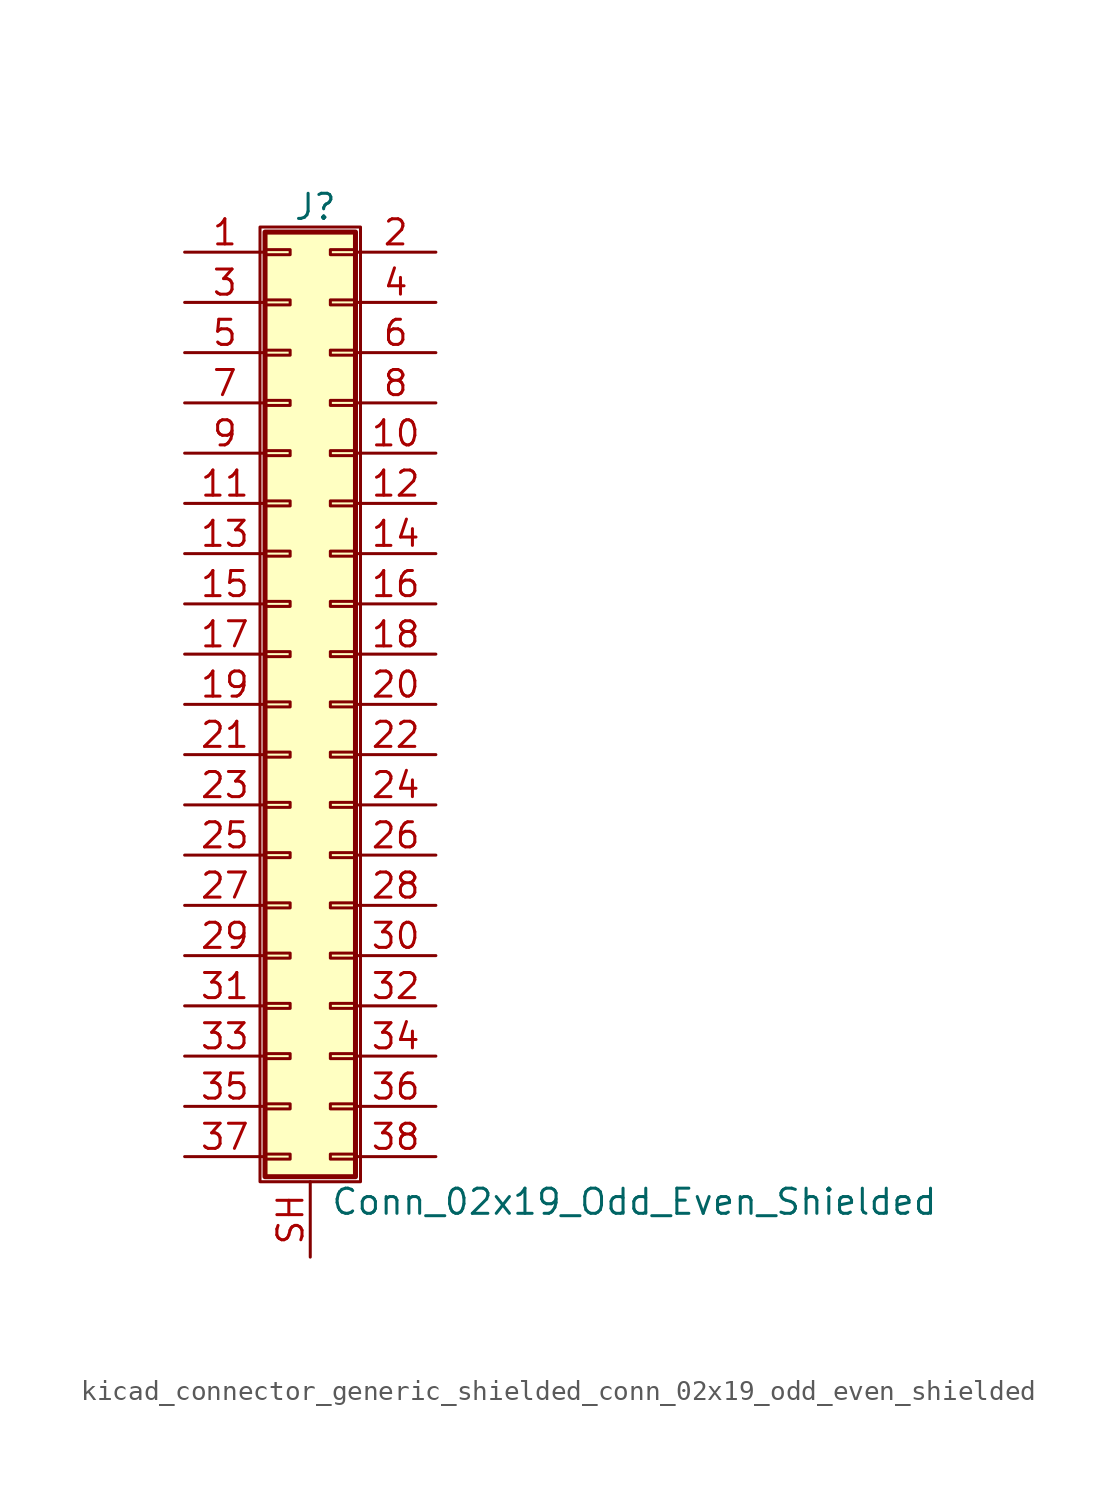
<source format=kicad_sym>
(kicad_symbol_lib
  (version 20220914)
  (generator kicad_symbol_editor)
  (symbol "kicad_connector_generic_shielded_conn_02x19_odd_even_shielded"
    (pin_names
      (offset 1.016) hide)
    (property "Reference" "J"
      (at 1.524 25.146 0)
      (effects (font (size 1.27 1.27))))
    (property "Value" "Conn_02x19_Odd_Even_Shielded"
      (at 2.286 -25.146 0)
      (effects (font (size 1.27 1.27)) (justify left)))
    (symbol "kicad_connector_generic_shielded_conn_02x19_odd_even_shielded_1_1"
      (rectangle (start -1.27 24.13) (end 3.81 -24.13) (stroke (width 0.152) (type default)) (fill (type none)))
      (rectangle (start -1.016 -22.733) (end 0.254 -22.987) (stroke (width 0.152) (type default)) (fill (type none)))
      (rectangle (start -1.016 -20.193) (end 0.254 -20.447) (stroke (width 0.152) (type default)) (fill (type none)))
      (rectangle (start -1.016 -17.653) (end 0.254 -17.907) (stroke (width 0.152) (type default)) (fill (type none)))
      (rectangle (start -1.016 -15.113) (end 0.254 -15.367) (stroke (width 0.152) (type default)) (fill (type none)))
      (rectangle (start -1.016 -12.573) (end 0.254 -12.827) (stroke (width 0.152) (type default)) (fill (type none)))
      (rectangle (start -1.016 -10.033) (end 0.254 -10.287) (stroke (width 0.152) (type default)) (fill (type none)))
      (rectangle (start -1.016 -7.493) (end 0.254 -7.747) (stroke (width 0.152) (type default)) (fill (type none)))
      (rectangle (start -1.016 -4.953) (end 0.254 -5.207) (stroke (width 0.152) (type default)) (fill (type none)))
      (rectangle (start -1.016 -2.413) (end 0.254 -2.667) (stroke (width 0.152) (type default)) (fill (type none)))
      (rectangle (start -1.016 0.127) (end 0.254 -0.127) (stroke (width 0.152) (type default)) (fill (type none)))
      (rectangle (start -1.016 2.667) (end 0.254 2.413) (stroke (width 0.152) (type default)) (fill (type none)))
      (rectangle (start -1.016 5.207) (end 0.254 4.953) (stroke (width 0.152) (type default)) (fill (type none)))
      (rectangle (start -1.016 7.747) (end 0.254 7.493) (stroke (width 0.152) (type default)) (fill (type none)))
      (rectangle (start -1.016 10.287) (end 0.254 10.033) (stroke (width 0.152) (type default)) (fill (type none)))
      (rectangle (start -1.016 12.827) (end 0.254 12.573) (stroke (width 0.152) (type default)) (fill (type none)))
      (rectangle (start -1.016 15.367) (end 0.254 15.113) (stroke (width 0.152) (type default)) (fill (type none)))
      (rectangle (start -1.016 17.907) (end 0.254 17.653) (stroke (width 0.152) (type default)) (fill (type none)))
      (rectangle (start -1.016 20.447) (end 0.254 20.193) (stroke (width 0.152) (type default)) (fill (type none)))
      (rectangle (start -1.016 22.987) (end 0.254 22.733) (stroke (width 0.152) (type default)) (fill (type none)))
      (rectangle (start -1.016 23.876) (end 3.556 -23.876) (stroke (width 0.254) (type default)) (fill (type background)))
      (rectangle (start 3.556 -22.733) (end 2.286 -22.987) (stroke (width 0.152) (type default)) (fill (type none)))
      (rectangle (start 3.556 -20.193) (end 2.286 -20.447) (stroke (width 0.152) (type default)) (fill (type none)))
      (rectangle (start 3.556 -17.653) (end 2.286 -17.907) (stroke (width 0.152) (type default)) (fill (type none)))
      (rectangle (start 3.556 -15.113) (end 2.286 -15.367) (stroke (width 0.152) (type default)) (fill (type none)))
      (rectangle (start 3.556 -12.573) (end 2.286 -12.827) (stroke (width 0.152) (type default)) (fill (type none)))
      (rectangle (start 3.556 -10.033) (end 2.286 -10.287) (stroke (width 0.152) (type default)) (fill (type none)))
      (rectangle (start 3.556 -7.493) (end 2.286 -7.747) (stroke (width 0.152) (type default)) (fill (type none)))
      (rectangle (start 3.556 -4.953) (end 2.286 -5.207) (stroke (width 0.152) (type default)) (fill (type none)))
      (rectangle (start 3.556 -2.413) (end 2.286 -2.667) (stroke (width 0.152) (type default)) (fill (type none)))
      (rectangle (start 3.556 0.127) (end 2.286 -0.127) (stroke (width 0.152) (type default)) (fill (type none)))
      (rectangle (start 3.556 2.667) (end 2.286 2.413) (stroke (width 0.152) (type default)) (fill (type none)))
      (rectangle (start 3.556 5.207) (end 2.286 4.953) (stroke (width 0.152) (type default)) (fill (type none)))
      (rectangle (start 3.556 7.747) (end 2.286 7.493) (stroke (width 0.152) (type default)) (fill (type none)))
      (rectangle (start 3.556 10.287) (end 2.286 10.033) (stroke (width 0.152) (type default)) (fill (type none)))
      (rectangle (start 3.556 12.827) (end 2.286 12.573) (stroke (width 0.152) (type default)) (fill (type none)))
      (rectangle (start 3.556 15.367) (end 2.286 15.113) (stroke (width 0.152) (type default)) (fill (type none)))
      (rectangle (start 3.556 17.907) (end 2.286 17.653) (stroke (width 0.152) (type default)) (fill (type none)))
      (rectangle (start 3.556 20.447) (end 2.286 20.193) (stroke (width 0.152) (type default)) (fill (type none)))
      (rectangle (start 3.556 22.987) (end 2.286 22.733) (stroke (width 0.152) (type default)) (fill (type none)))
      (pin passive line (at -5.08 22.86 0) (length 4.064) (name "Pin_1" (effects (font (size 1.27 1.27)))) (number "1" (effects (font (size 1.27 1.27)))))
      (pin passive line (at 7.62 12.7 180) (length 4.064) (name "Pin_10" (effects (font (size 1.27 1.27)))) (number "10" (effects (font (size 1.27 1.27)))))
      (pin passive line (at -5.08 10.16 0) (length 4.064) (name "Pin_11" (effects (font (size 1.27 1.27)))) (number "11" (effects (font (size 1.27 1.27)))))
      (pin passive line (at 7.62 10.16 180) (length 4.064) (name "Pin_12" (effects (font (size 1.27 1.27)))) (number "12" (effects (font (size 1.27 1.27)))))
      (pin passive line (at -5.08 7.62 0) (length 4.064) (name "Pin_13" (effects (font (size 1.27 1.27)))) (number "13" (effects (font (size 1.27 1.27)))))
      (pin passive line (at 7.62 7.62 180) (length 4.064) (name "Pin_14" (effects (font (size 1.27 1.27)))) (number "14" (effects (font (size 1.27 1.27)))))
      (pin passive line (at -5.08 5.08 0) (length 4.064) (name "Pin_15" (effects (font (size 1.27 1.27)))) (number "15" (effects (font (size 1.27 1.27)))))
      (pin passive line (at 7.62 5.08 180) (length 4.064) (name "Pin_16" (effects (font (size 1.27 1.27)))) (number "16" (effects (font (size 1.27 1.27)))))
      (pin passive line (at -5.08 2.54 0) (length 4.064) (name "Pin_17" (effects (font (size 1.27 1.27)))) (number "17" (effects (font (size 1.27 1.27)))))
      (pin passive line (at 7.62 2.54 180) (length 4.064) (name "Pin_18" (effects (font (size 1.27 1.27)))) (number "18" (effects (font (size 1.27 1.27)))))
      (pin passive line (at -5.08 0 0) (length 4.064) (name "Pin_19" (effects (font (size 1.27 1.27)))) (number "19" (effects (font (size 1.27 1.27)))))
      (pin passive line (at 7.62 22.86 180) (length 4.064) (name "Pin_2" (effects (font (size 1.27 1.27)))) (number "2" (effects (font (size 1.27 1.27)))))
      (pin passive line (at 7.62 0 180) (length 4.064) (name "Pin_20" (effects (font (size 1.27 1.27)))) (number "20" (effects (font (size 1.27 1.27)))))
      (pin passive line (at -5.08 -2.54 0) (length 4.064) (name "Pin_21" (effects (font (size 1.27 1.27)))) (number "21" (effects (font (size 1.27 1.27)))))
      (pin passive line (at 7.62 -2.54 180) (length 4.064) (name "Pin_22" (effects (font (size 1.27 1.27)))) (number "22" (effects (font (size 1.27 1.27)))))
      (pin passive line (at -5.08 -5.08 0) (length 4.064) (name "Pin_23" (effects (font (size 1.27 1.27)))) (number "23" (effects (font (size 1.27 1.27)))))
      (pin passive line (at 7.62 -5.08 180) (length 4.064) (name "Pin_24" (effects (font (size 1.27 1.27)))) (number "24" (effects (font (size 1.27 1.27)))))
      (pin passive line (at -5.08 -7.62 0) (length 4.064) (name "Pin_25" (effects (font (size 1.27 1.27)))) (number "25" (effects (font (size 1.27 1.27)))))
      (pin passive line (at 7.62 -7.62 180) (length 4.064) (name "Pin_26" (effects (font (size 1.27 1.27)))) (number "26" (effects (font (size 1.27 1.27)))))
      (pin passive line (at -5.08 -10.16 0) (length 4.064) (name "Pin_27" (effects (font (size 1.27 1.27)))) (number "27" (effects (font (size 1.27 1.27)))))
      (pin passive line (at 7.62 -10.16 180) (length 4.064) (name "Pin_28" (effects (font (size 1.27 1.27)))) (number "28" (effects (font (size 1.27 1.27)))))
      (pin passive line (at -5.08 -12.7 0) (length 4.064) (name "Pin_29" (effects (font (size 1.27 1.27)))) (number "29" (effects (font (size 1.27 1.27)))))
      (pin passive line (at -5.08 20.32 0) (length 4.064) (name "Pin_3" (effects (font (size 1.27 1.27)))) (number "3" (effects (font (size 1.27 1.27)))))
      (pin passive line (at 7.62 -12.7 180) (length 4.064) (name "Pin_30" (effects (font (size 1.27 1.27)))) (number "30" (effects (font (size 1.27 1.27)))))
      (pin passive line (at -5.08 -15.24 0) (length 4.064) (name "Pin_31" (effects (font (size 1.27 1.27)))) (number "31" (effects (font (size 1.27 1.27)))))
      (pin passive line (at 7.62 -15.24 180) (length 4.064) (name "Pin_32" (effects (font (size 1.27 1.27)))) (number "32" (effects (font (size 1.27 1.27)))))
      (pin passive line (at -5.08 -17.78 0) (length 4.064) (name "Pin_33" (effects (font (size 1.27 1.27)))) (number "33" (effects (font (size 1.27 1.27)))))
      (pin passive line (at 7.62 -17.78 180) (length 4.064) (name "Pin_34" (effects (font (size 1.27 1.27)))) (number "34" (effects (font (size 1.27 1.27)))))
      (pin passive line (at -5.08 -20.32 0) (length 4.064) (name "Pin_35" (effects (font (size 1.27 1.27)))) (number "35" (effects (font (size 1.27 1.27)))))
      (pin passive line (at 7.62 -20.32 180) (length 4.064) (name "Pin_36" (effects (font (size 1.27 1.27)))) (number "36" (effects (font (size 1.27 1.27)))))
      (pin passive line (at -5.08 -22.86 0) (length 4.064) (name "Pin_37" (effects (font (size 1.27 1.27)))) (number "37" (effects (font (size 1.27 1.27)))))
      (pin passive line (at 7.62 -22.86 180) (length 4.064) (name "Pin_38" (effects (font (size 1.27 1.27)))) (number "38" (effects (font (size 1.27 1.27)))))
      (pin passive line (at 7.62 20.32 180) (length 4.064) (name "Pin_4" (effects (font (size 1.27 1.27)))) (number "4" (effects (font (size 1.27 1.27)))))
      (pin passive line (at -5.08 17.78 0) (length 4.064) (name "Pin_5" (effects (font (size 1.27 1.27)))) (number "5" (effects (font (size 1.27 1.27)))))
      (pin passive line (at 7.62 17.78 180) (length 4.064) (name "Pin_6" (effects (font (size 1.27 1.27)))) (number "6" (effects (font (size 1.27 1.27)))))
      (pin passive line (at -5.08 15.24 0) (length 4.064) (name "Pin_7" (effects (font (size 1.27 1.27)))) (number "7" (effects (font (size 1.27 1.27)))))
      (pin passive line (at 7.62 15.24 180) (length 4.064) (name "Pin_8" (effects (font (size 1.27 1.27)))) (number "8" (effects (font (size 1.27 1.27)))))
      (pin passive line (at -5.08 12.7 0) (length 4.064) (name "Pin_9" (effects (font (size 1.27 1.27)))) (number "9" (effects (font (size 1.27 1.27)))))
      (pin passive line (at 1.27 -27.94 90) (length 3.81) (name "Shield" (effects (font (size 1.27 1.27)))) (number "SH" (effects (font (size 1.27 1.27))))))))
</source>
